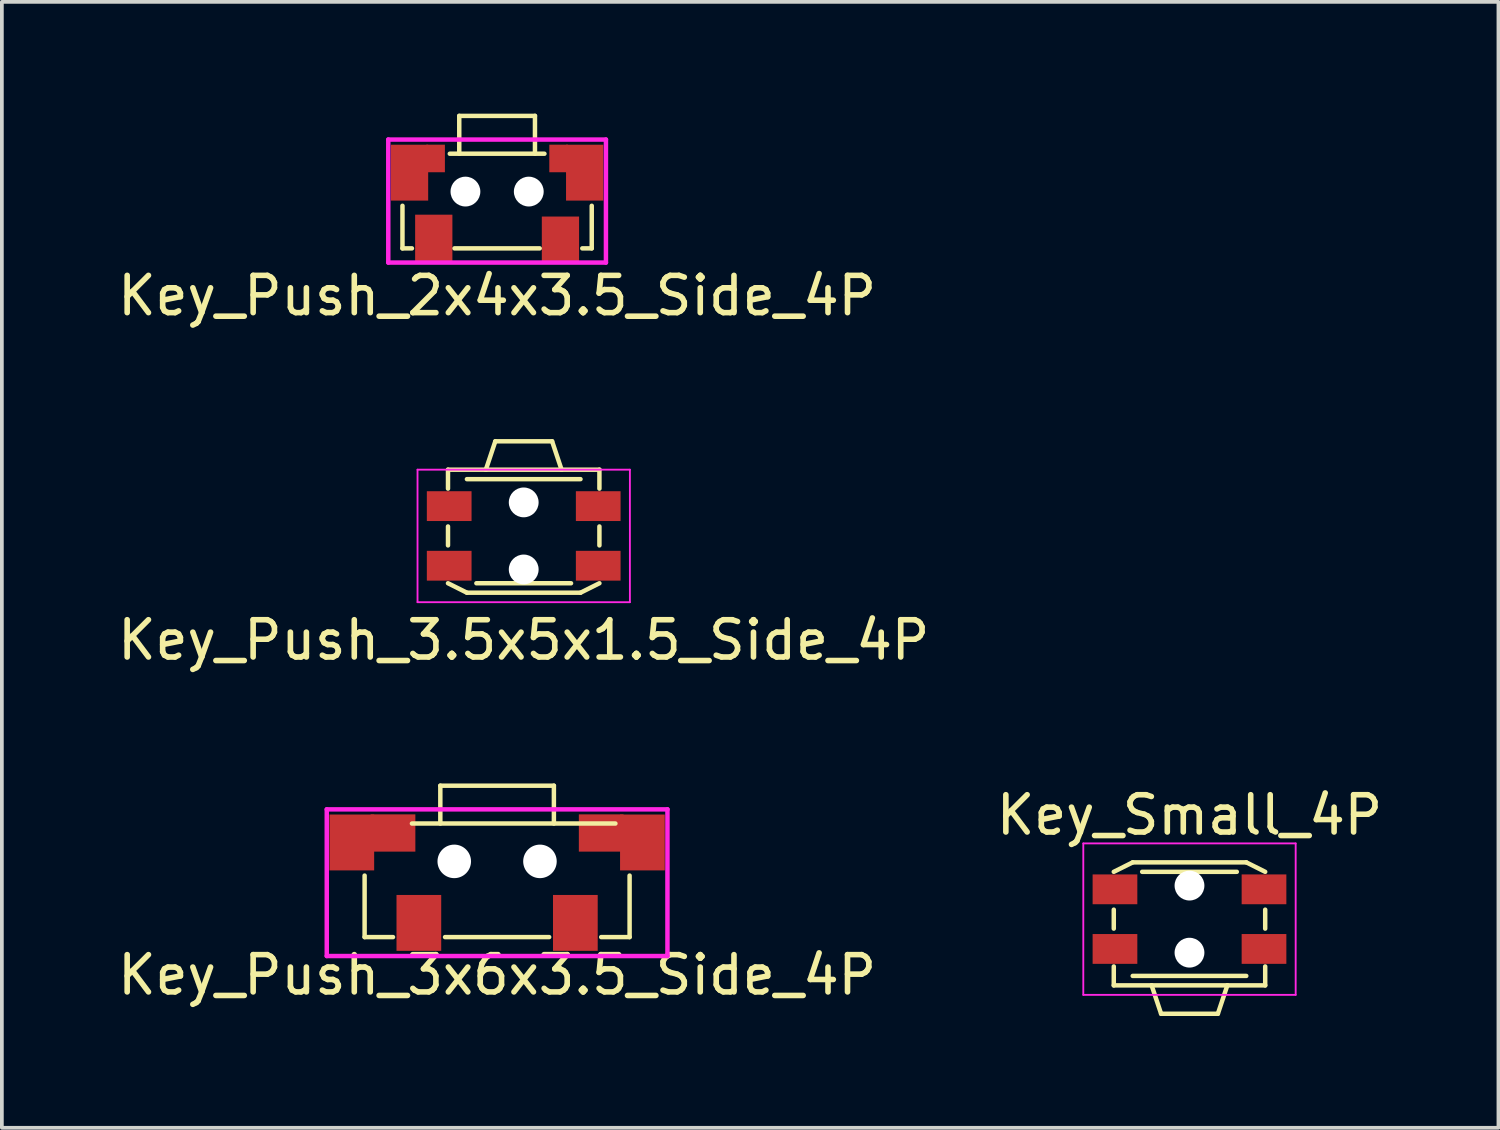
<source format=kicad_pcb>
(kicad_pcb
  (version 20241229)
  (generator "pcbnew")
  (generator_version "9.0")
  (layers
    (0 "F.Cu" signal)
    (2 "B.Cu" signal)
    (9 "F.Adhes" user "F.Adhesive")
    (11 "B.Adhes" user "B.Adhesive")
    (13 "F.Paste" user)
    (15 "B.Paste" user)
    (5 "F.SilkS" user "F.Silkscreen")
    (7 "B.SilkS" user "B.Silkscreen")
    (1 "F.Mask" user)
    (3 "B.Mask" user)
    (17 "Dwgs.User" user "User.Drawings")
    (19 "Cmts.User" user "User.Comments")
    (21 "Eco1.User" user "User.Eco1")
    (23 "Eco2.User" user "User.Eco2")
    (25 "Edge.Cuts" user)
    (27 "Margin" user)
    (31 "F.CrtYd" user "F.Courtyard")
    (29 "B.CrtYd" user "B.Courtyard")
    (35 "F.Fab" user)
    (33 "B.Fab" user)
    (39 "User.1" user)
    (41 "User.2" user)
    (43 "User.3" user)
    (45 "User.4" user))
  (footprint "Key_Push_2x4x3.5_Side_4P"
    (layer "F.Cu")
    (at 10.292 2.092)
    (property "Reference" "Key_Push_2x4x3.5_Side_4P" (at 0 2.794 0) (layer "F.SilkS") (effects (font (size 1 1) (thickness 0.15))))
    (attr through_hole)
    (fp_line (start -2.54 1.524) (end -2.54 0.381) (stroke (width 0.12) (type solid)) (layer "F.SilkS"))
    (fp_line (start -2.286 1.524) (end -2.54 1.524) (stroke (width 0.12) (type solid)) (layer "F.SilkS"))
    (fp_line (start -1.016 -2.032) (end -1.016 -1.016) (stroke (width 0.12) (type solid)) (layer "F.SilkS"))
    (fp_line (start 1.016 -2.032) (end -1.016 -2.032) (stroke (width 0.12) (type solid)) (layer "F.SilkS"))
    (fp_line (start 1.016 -1.016) (end 1.016 -2.032) (stroke (width 0.12) (type solid)) (layer "F.SilkS"))
    (fp_line (start 1.143 1.524) (end -1.143 1.524) (stroke (width 0.12) (type solid)) (layer "F.SilkS"))
    (fp_line (start 1.27 -1.016) (end -1.27 -1.016) (stroke (width 0.12) (type solid)) (layer "F.SilkS"))
    (fp_line (start 2.54 0.381) (end 2.54 1.524) (stroke (width 0.12) (type solid)) (layer "F.SilkS"))
    (fp_line (start 2.54 1.524) (end 2.286 1.524) (stroke (width 0.12) (type solid)) (layer "F.SilkS"))
    (fp_line (start -2.921 -1.397) (end 2.921 -1.397) (stroke (width 0.12) (type solid)) (layer "F.CrtYd"))
    (fp_line (start -2.921 1.905) (end -2.921 -1.397) (stroke (width 0.12) (type solid)) (layer "F.CrtYd"))
    (fp_line (start 2.921 -1.397) (end 2.921 1.905) (stroke (width 0.12) (type solid)) (layer "F.CrtYd"))
    (fp_line (start 2.921 1.905) (end -2.921 1.905) (stroke (width 0.12) (type solid)) (layer "F.CrtYd"))
    (pad "" np_thru_hole circle (at -0.85 0 180) (size 0.8 0.8) (drill 0.8) (layers "*.Mask" "F.Cu"))
    (pad "" np_thru_hole circle (at 0.85 0) (size 0.8 0.8) (drill 0.8) (layers "*.Mask" "F.Cu"))
    (pad "1" smd rect (at -1.7 1.27) (size 1 1.3) (layers "F.Cu" "F.Mask" "F.Paste"))
    (pad "2" smd rect (at 1.7 1.27) (size 1 1.2) (layers "F.Cu" "F.Mask" "F.Paste"))
    (pad "3" smd rect (at -2.35 -0.508) (size 1 1.5) (layers "F.Cu" "F.Mask" "F.Paste"))
    (pad "3" smd rect (at -1.651 -0.889 90) (size 0.74 0.5) (layers "F.Cu" "F.Mask" "F.Paste"))
    (pad "3" smd rect (at 1.651 -0.889 90) (size 0.74 0.5) (layers "F.Cu" "F.Mask" "F.Paste"))
    (pad "3" smd rect (at 2.35 -0.508) (size 1 1.5) (layers "F.Cu" "F.Mask" "F.Paste")))
  (footprint "Key_Push_3.5x5x1.5_Side_4P"
    (layer "F.Cu")
    (at 11.006 11.334)
    (property "Reference" "Key_Push_3.5x5x1.5_Side_4P" (at 0 2.794 0) (layer "F.SilkS") (effects (font (size 1 1) (thickness 0.15))))
    (attr smd)
    (fp_line (start -2.032 -1.27) (end -2.032 -1.778) (stroke (width 0.12) (type solid)) (layer "F.SilkS"))
    (fp_line (start -2.032 0.254) (end -2.032 -0.254) (stroke (width 0.12) (type solid)) (layer "F.SilkS"))
    (fp_line (start -2.032 1.27) (end -1.524 1.524) (stroke (width 0.12) (type solid)) (layer "F.SilkS"))
    (fp_line (start -1.016 -1.778) (end -2.032 -1.778) (stroke (width 0.12) (type solid)) (layer "F.SilkS"))
    (fp_line (start -0.762 -2.54) (end -1.016 -1.778) (stroke (width 0.12) (type solid)) (layer "F.SilkS"))
    (fp_line (start 0.762 -2.54) (end -0.762 -2.54) (stroke (width 0.12) (type solid)) (layer "F.SilkS"))
    (fp_line (start 1.016 -1.778) (end -1.016 -1.778) (stroke (width 0.12) (type solid)) (layer "F.SilkS"))
    (fp_line (start 1.016 -1.778) (end 0.762 -2.54) (stroke (width 0.12) (type solid)) (layer "F.SilkS"))
    (fp_line (start 1.016 -1.778) (end 2.032 -1.778) (stroke (width 0.12) (type solid)) (layer "F.SilkS"))
    (fp_line (start 1.27 1.27) (end -1.27 1.27) (stroke (width 0.12) (type solid)) (layer "F.SilkS"))
    (fp_line (start 1.524 -1.524) (end -1.524 -1.524) (stroke (width 0.12) (type solid)) (layer "F.SilkS"))
    (fp_line (start 1.524 1.524) (end -1.524 1.524) (stroke (width 0.12) (type solid)) (layer "F.SilkS"))
    (fp_line (start 2.032 -1.778) (end 2.032 -1.27) (stroke (width 0.12) (type solid)) (layer "F.SilkS"))
    (fp_line (start 2.032 -0.254) (end 2.032 0.254) (stroke (width 0.12) (type solid)) (layer "F.SilkS"))
    (fp_line (start 2.032 1.27) (end 1.524 1.524) (stroke (width 0.12) (type solid)) (layer "F.SilkS"))
    (fp_line (start -2.85 -1.778) (end 2.85 -1.778) (stroke (width 0.05) (type solid)) (layer "F.CrtYd"))
    (fp_line (start -2.85 1.778) (end -2.85 -1.778) (stroke (width 0.05) (type solid)) (layer "F.CrtYd"))
    (fp_line (start 2.85 -1.778) (end 2.85 1.778) (stroke (width 0.05) (type solid)) (layer "F.CrtYd"))
    (fp_line (start 2.85 1.778) (end -2.85 1.778) (stroke (width 0.05) (type solid)) (layer "F.CrtYd"))
    (pad "" np_thru_hole circle (at 0 -0.9 180) (size 0.8 0.8) (drill 0.8) (layers "*.Cu" "*.Mask"))
    (pad "" np_thru_hole circle (at 0 0.9 180) (size 0.8 0.8) (drill 0.8) (layers "*.Cu" "*.Mask"))
    (pad "1" smd rect (at -2 -0.8 90) (size 0.8 1.2) (layers "F.Cu" "F.Mask" "F.Paste"))
    (pad "1" smd rect (at 2 -0.8 90) (size 0.8 1.2) (layers "F.Cu" "F.Mask" "F.Paste"))
    (pad "2" smd rect (at -2 0.8 90) (size 0.8 1.2) (layers "F.Cu" "F.Mask" "F.Paste"))
    (pad "2" smd rect (at 2 0.8 90) (size 0.8 1.2) (layers "F.Cu" "F.Mask" "F.Paste")))
  (footprint "Key_Small_4P"
    (layer "F.Cu")
    (at 28.875 21.619)
    (property "Reference" "Key_Small_4P" (at 0 -2.794 180) (layer "F.SilkS") (effects (font (size 1 1) (thickness 0.15))))
    (attr smd)
    (fp_line (start -2.032 -1.27) (end -1.524 -1.524) (stroke (width 0.12) (type solid)) (layer "F.SilkS"))
    (fp_line (start -2.032 0.254) (end -2.032 -0.254) (stroke (width 0.12) (type solid)) (layer "F.SilkS"))
    (fp_line (start -2.032 1.778) (end -2.032 1.27) (stroke (width 0.12) (type solid)) (layer "F.SilkS"))
    (fp_line (start -1.524 -1.524) (end 1.524 -1.524) (stroke (width 0.12) (type solid)) (layer "F.SilkS"))
    (fp_line (start -1.524 1.524) (end 1.524 1.524) (stroke (width 0.12) (type solid)) (layer "F.SilkS"))
    (fp_line (start -1.27 -1.27) (end 1.27 -1.27) (stroke (width 0.12) (type solid)) (layer "F.SilkS"))
    (fp_line (start -1.016 1.778) (end -2.032 1.778) (stroke (width 0.12) (type solid)) (layer "F.SilkS"))
    (fp_line (start -1.016 1.778) (end -0.762 2.54) (stroke (width 0.12) (type solid)) (layer "F.SilkS"))
    (fp_line (start -1.016 1.778) (end 1.016 1.778) (stroke (width 0.12) (type solid)) (layer "F.SilkS"))
    (fp_line (start -0.762 2.54) (end 0.762 2.54) (stroke (width 0.12) (type solid)) (layer "F.SilkS"))
    (fp_line (start 0.762 2.54) (end 1.016 1.778) (stroke (width 0.12) (type solid)) (layer "F.SilkS"))
    (fp_line (start 1.016 1.778) (end 2.032 1.778) (stroke (width 0.12) (type solid)) (layer "F.SilkS"))
    (fp_line (start 2.032 -1.27) (end 1.524 -1.524) (stroke (width 0.12) (type solid)) (layer "F.SilkS"))
    (fp_line (start 2.032 -0.254) (end 2.032 0.254) (stroke (width 0.12) (type solid)) (layer "F.SilkS"))
    (fp_line (start 2.032 1.27) (end 2.032 1.778) (stroke (width 0.12) (type solid)) (layer "F.SilkS"))
    (fp_line (start -2.85 -2.032) (end 2.85 -2.032) (stroke (width 0.05) (type solid)) (layer "F.CrtYd"))
    (fp_line (start -2.85 2.032) (end -2.85 -2.032) (stroke (width 0.05) (type solid)) (layer "F.CrtYd"))
    (fp_line (start 2.85 -2.032) (end 2.85 2.032) (stroke (width 0.05) (type solid)) (layer "F.CrtYd"))
    (fp_line (start 2.85 2.032) (end -2.85 2.032) (stroke (width 0.05) (type solid)) (layer "F.CrtYd"))
    (pad "" np_thru_hole circle (at 0 -0.9) (size 0.8 0.8) (drill 0.8) (layers "*.Cu" "*.Mask"))
    (pad "" np_thru_hole circle (at 0 0.9) (size 0.8 0.8) (drill 0.8) (layers "*.Cu" "*.Mask"))
    (pad "1" smd rect (at -2 -0.8 270) (size 0.8 1.2) (layers "F.Cu" "F.Mask" "F.Paste"))
    (pad "2" smd rect (at 2 0.8 270) (size 0.8 1.2) (layers "F.Cu" "F.Mask" "F.Paste"))
    (pad "~" smd rect (at -2 0.8 270) (size 0.8 1.2) (layers "F.Cu" "F.Mask" "F.Paste"))
    (pad "~" smd rect (at 2 -0.8 270) (size 0.8 1.2) (layers "F.Cu" "F.Mask" "F.Paste")))
  (footprint "Key_Push_3x6x3.5_Side_4P"
    (layer "F.Cu")
    (at 10.292 20.069)
    (property "Reference" "Key_Push_3x6x3.5_Side_4P" (at 0 3.048 0) (layer "F.SilkS") (effects (font (size 1 1) (thickness 0.15))))
    (attr through_hole)
    (fp_line (start -3.556 2.032) (end -3.556 0.381) (stroke (width 0.12) (type solid)) (layer "F.SilkS"))
    (fp_line (start -2.794 2.032) (end -3.556 2.032) (stroke (width 0.12) (type solid)) (layer "F.SilkS"))
    (fp_line (start -1.524 -2.032) (end -1.524 -1.016) (stroke (width 0.12) (type solid)) (layer "F.SilkS"))
    (fp_line (start 1.397 2.032) (end -1.397 2.032) (stroke (width 0.12) (type solid)) (layer "F.SilkS"))
    (fp_line (start 1.524 -2.032) (end -1.524 -2.032) (stroke (width 0.12) (type solid)) (layer "F.SilkS"))
    (fp_line (start 1.524 -1.016) (end 1.524 -2.032) (stroke (width 0.12) (type solid)) (layer "F.SilkS"))
    (fp_line (start 3.175 -1.016) (end -2.286 -1.016) (stroke (width 0.12) (type solid)) (layer "F.SilkS"))
    (fp_line (start 3.556 0.381) (end 3.556 2.032) (stroke (width 0.12) (type solid)) (layer "F.SilkS"))
    (fp_line (start 3.556 2.032) (end 2.794 2.032) (stroke (width 0.12) (type solid)) (layer "F.SilkS"))
    (fp_line (start -4.572 -1.397) (end 4.572 -1.397) (stroke (width 0.12) (type solid)) (layer "F.CrtYd"))
    (fp_line (start -4.572 2.54) (end -4.572 -1.397) (stroke (width 0.12) (type solid)) (layer "F.CrtYd"))
    (fp_line (start 4.572 -1.397) (end 4.572 2.54) (stroke (width 0.12) (type solid)) (layer "F.CrtYd"))
    (fp_line (start 4.572 2.54) (end -4.572 2.54) (stroke (width 0.12) (type solid)) (layer "F.CrtYd"))
    (pad "" np_thru_hole circle (at -1.15 0 180) (size 0.9 0.9) (drill 0.9) (layers "*.Mask" "F.Cu"))
    (pad "" np_thru_hole circle (at 1.15 0) (size 0.9 0.9) (drill 0.9) (layers "*.Mask" "F.Cu"))
    (pad "1" smd rect (at -2.1 1.651) (size 1.2 1.5) (layers "F.Cu" "F.Mask" "F.Paste"))
    (pad "2" smd rect (at 2.1 1.651) (size 1.2 1.5) (layers "F.Cu" "F.Mask" "F.Paste"))
    (pad "3" smd rect (at -3.9 -0.508) (size 1.2 1.5) (layers "F.Cu" "F.Mask" "F.Paste"))
    (pad "3" smd rect (at -2.794 -0.762) (size 1.2 1) (layers "F.Cu" "F.Mask" "F.Paste"))
    (pad "3" smd rect (at 2.794 -0.762) (size 1.2 1) (layers "F.Cu" "F.Mask" "F.Paste"))
    (pad "3" smd rect (at 3.9 -0.508) (size 1.2 1.5) (layers "F.Cu" "F.Mask" "F.Paste")))
  (gr_rect
    (start -3 -3)
    (end 37.167 27.219)
    (stroke (width 0.1) (type default))
    (fill no)
    (layer "Edge.Cuts")))
</source>
